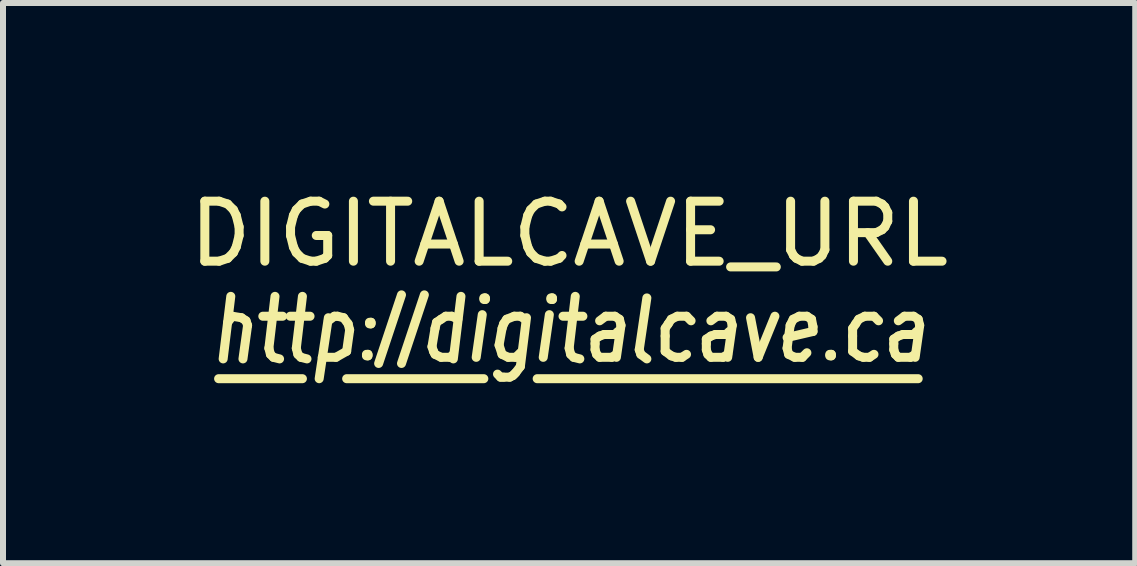
<source format=kicad_pcb>
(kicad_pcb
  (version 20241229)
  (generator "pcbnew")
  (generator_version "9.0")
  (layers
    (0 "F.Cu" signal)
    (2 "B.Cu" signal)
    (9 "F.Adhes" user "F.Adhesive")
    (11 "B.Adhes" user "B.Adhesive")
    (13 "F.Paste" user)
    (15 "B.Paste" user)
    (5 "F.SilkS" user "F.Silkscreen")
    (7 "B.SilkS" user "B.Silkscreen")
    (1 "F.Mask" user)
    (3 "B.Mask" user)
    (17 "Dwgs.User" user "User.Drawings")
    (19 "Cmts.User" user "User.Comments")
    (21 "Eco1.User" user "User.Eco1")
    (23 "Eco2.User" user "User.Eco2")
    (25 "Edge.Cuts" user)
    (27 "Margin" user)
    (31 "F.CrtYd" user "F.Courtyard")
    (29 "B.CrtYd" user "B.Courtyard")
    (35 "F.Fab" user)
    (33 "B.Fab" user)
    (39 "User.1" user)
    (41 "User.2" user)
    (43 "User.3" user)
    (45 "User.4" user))
  (footprint "DIGITALCAVE_URL"
    (layer "F.Cu")
    (at 6.435 2.499)
    (property "Reference" "DIGITALCAVE_URL" (at 0 -1.651 0) (layer "F.SilkS") (effects (font (size 1 1) (thickness 0.15))))
    (attr through_hole)
    (fp_line (start -5.842 0.762) (end -4.445 0.762) (stroke (width 0.15) (type solid)) (layer "F.SilkS"))
    (fp_line (start -5.69 -0.178) (end -5.613 -0.279) (stroke (width 0.15) (type solid)) (layer "F.SilkS"))
    (fp_line (start -5.639 -0.61) (end -5.766 0.432) (stroke (width 0.15) (type solid)) (layer "F.SilkS"))
    (fp_line (start -5.613 -0.279) (end -5.461 -0.254) (stroke (width 0.15) (type solid)) (layer "F.SilkS"))
    (fp_line (start -5.461 -0.254) (end -5.385 -0.203) (stroke (width 0.15) (type solid)) (layer "F.SilkS"))
    (fp_line (start -5.385 -0.203) (end -5.359 -0.127) (stroke (width 0.15) (type solid)) (layer "F.SilkS"))
    (fp_line (start -5.359 -0.127) (end -5.436 0.432) (stroke (width 0.15) (type solid)) (layer "F.SilkS"))
    (fp_line (start -5.105 -0.279) (end -4.775 -0.279) (stroke (width 0.15) (type solid)) (layer "F.SilkS"))
    (fp_line (start -5.004 0.254) (end -4.978 0.356) (stroke (width 0.15) (type solid)) (layer "F.SilkS"))
    (fp_line (start -4.978 0.356) (end -4.928 0.406) (stroke (width 0.15) (type solid)) (layer "F.SilkS"))
    (fp_line (start -4.928 0.406) (end -4.826 0.432) (stroke (width 0.15) (type solid)) (layer "F.SilkS"))
    (fp_line (start -4.902 -0.61) (end -5.004 0.254) (stroke (width 0.15) (type solid)) (layer "F.SilkS"))
    (fp_line (start -4.648 -0.279) (end -4.318 -0.279) (stroke (width 0.15) (type solid)) (layer "F.SilkS"))
    (fp_line (start -4.547 0.254) (end -4.521 0.356) (stroke (width 0.15) (type solid)) (layer "F.SilkS"))
    (fp_line (start -4.521 0.356) (end -4.47 0.406) (stroke (width 0.15) (type solid)) (layer "F.SilkS"))
    (fp_line (start -4.47 0.406) (end -4.369 0.432) (stroke (width 0.15) (type solid)) (layer "F.SilkS"))
    (fp_line (start -4.445 -0.61) (end -4.547 0.254) (stroke (width 0.15) (type solid)) (layer "F.SilkS"))
    (fp_line (start -4.115 0.406) (end -3.886 0.406) (stroke (width 0.15) (type solid)) (layer "F.SilkS"))
    (fp_line (start -4.013 -0.254) (end -4.166 0.762) (stroke (width 0.15) (type solid)) (layer "F.SilkS"))
    (fp_line (start -3.912 -0.279) (end -4.013 -0.203) (stroke (width 0.15) (type solid)) (layer "F.SilkS"))
    (fp_line (start -3.886 0.406) (end -3.708 0.305) (stroke (width 0.15) (type solid)) (layer "F.SilkS"))
    (fp_line (start -3.861 -0.279) (end -3.912 -0.279) (stroke (width 0.15) (type solid)) (layer "F.SilkS"))
    (fp_line (start -3.759 -0.254) (end -3.861 -0.279) (stroke (width 0.15) (type solid)) (layer "F.SilkS"))
    (fp_line (start -3.708 0.305) (end -3.658 -0.051) (stroke (width 0.15) (type solid)) (layer "F.SilkS"))
    (fp_line (start -3.683 -0.152) (end -3.759 -0.254) (stroke (width 0.15) (type solid)) (layer "F.SilkS"))
    (fp_line (start -3.658 -0.051) (end -3.683 -0.152) (stroke (width 0.15) (type solid)) (layer "F.SilkS"))
    (fp_line (start -3.378 0.356) (end -3.353 0.381) (stroke (width 0.15) (type solid)) (layer "F.SilkS"))
    (fp_line (start -3.353 0.356) (end -3.378 0.381) (stroke (width 0.15) (type solid)) (layer "F.SilkS"))
    (fp_line (start -3.353 0.381) (end -3.353 0.356) (stroke (width 0.15) (type solid)) (layer "F.SilkS"))
    (fp_line (start -3.327 -0.178) (end -3.302 -0.152) (stroke (width 0.15) (type solid)) (layer "F.SilkS"))
    (fp_line (start -3.302 -0.178) (end -3.327 -0.152) (stroke (width 0.15) (type solid)) (layer "F.SilkS"))
    (fp_line (start -3.302 -0.152) (end -3.302 -0.178) (stroke (width 0.15) (type solid)) (layer "F.SilkS"))
    (fp_line (start -2.794 -0.635) (end -3.175 0.508) (stroke (width 0.15) (type solid)) (layer "F.SilkS"))
    (fp_line (start -2.413 -0.635) (end -2.794 0.508) (stroke (width 0.15) (type solid)) (layer "F.SilkS"))
    (fp_line (start -2.286 0.229) (end -2.235 -0.076) (stroke (width 0.15) (type solid)) (layer "F.SilkS"))
    (fp_line (start -2.261 0.305) (end -2.286 0.229) (stroke (width 0.15) (type solid)) (layer "F.SilkS"))
    (fp_line (start -2.235 -0.076) (end -2.21 -0.178) (stroke (width 0.15) (type solid)) (layer "F.SilkS"))
    (fp_line (start -2.235 0.356) (end -2.261 0.305) (stroke (width 0.15) (type solid)) (layer "F.SilkS"))
    (fp_line (start -2.21 -0.178) (end -2.134 -0.229) (stroke (width 0.15) (type solid)) (layer "F.SilkS"))
    (fp_line (start -2.134 -0.229) (end -2.057 -0.279) (stroke (width 0.15) (type solid)) (layer "F.SilkS"))
    (fp_line (start -2.134 0.406) (end -2.235 0.356) (stroke (width 0.15) (type solid)) (layer "F.SilkS"))
    (fp_line (start -2.057 -0.279) (end -1.956 -0.279) (stroke (width 0.15) (type solid)) (layer "F.SilkS"))
    (fp_line (start -1.981 0.406) (end -2.134 0.406) (stroke (width 0.15) (type solid)) (layer "F.SilkS"))
    (fp_line (start -1.956 -0.279) (end -1.854 -0.229) (stroke (width 0.15) (type solid)) (layer "F.SilkS"))
    (fp_line (start -1.93 0.356) (end -1.981 0.406) (stroke (width 0.15) (type solid)) (layer "F.SilkS"))
    (fp_line (start -1.803 -0.61) (end -1.93 0.432) (stroke (width 0.15) (type solid)) (layer "F.SilkS"))
    (fp_line (start -1.448 -0.305) (end -1.549 0.406) (stroke (width 0.15) (type solid)) (layer "F.SilkS"))
    (fp_line (start -1.422 -0.584) (end -1.397 -0.559) (stroke (width 0.15) (type solid)) (layer "F.SilkS"))
    (fp_line (start -1.422 0.762) (end -3.708 0.762) (stroke (width 0.15) (type solid)) (layer "F.SilkS"))
    (fp_line (start -1.397 -0.584) (end -1.422 -0.559) (stroke (width 0.15) (type solid)) (layer "F.SilkS"))
    (fp_line (start -1.397 -0.559) (end -1.397 -0.584) (stroke (width 0.15) (type solid)) (layer "F.SilkS"))
    (fp_line (start -1.168 0.203) (end -1.118 0.356) (stroke (width 0.15) (type solid)) (layer "F.SilkS"))
    (fp_line (start -1.143 0.737) (end -1.194 0.686) (stroke (width 0.15) (type solid)) (layer "F.SilkS"))
    (fp_line (start -1.118 -0.076) (end -1.168 0.203) (stroke (width 0.15) (type solid)) (layer "F.SilkS"))
    (fp_line (start -1.118 0.356) (end -1.016 0.406) (stroke (width 0.15) (type solid)) (layer "F.SilkS"))
    (fp_line (start -1.092 -0.152) (end -1.118 -0.076) (stroke (width 0.15) (type solid)) (layer "F.SilkS"))
    (fp_line (start -1.092 0.737) (end -1.143 0.737) (stroke (width 0.15) (type solid)) (layer "F.SilkS"))
    (fp_line (start -1.041 -0.229) (end -1.092 -0.152) (stroke (width 0.15) (type solid)) (layer "F.SilkS"))
    (fp_line (start -1.016 0.406) (end -0.889 0.406) (stroke (width 0.15) (type solid)) (layer "F.SilkS"))
    (fp_line (start -0.991 0.737) (end -1.092 0.737) (stroke (width 0.15) (type solid)) (layer "F.SilkS"))
    (fp_line (start -0.94 0.711) (end -0.991 0.737) (stroke (width 0.15) (type solid)) (layer "F.SilkS"))
    (fp_line (start -0.914 -0.279) (end -1.041 -0.229) (stroke (width 0.15) (type solid)) (layer "F.SilkS"))
    (fp_line (start -0.914 0.686) (end -0.94 0.711) (stroke (width 0.15) (type solid)) (layer "F.SilkS"))
    (fp_line (start -0.889 0.406) (end -0.813 0.33) (stroke (width 0.15) (type solid)) (layer "F.SilkS"))
    (fp_line (start -0.889 0.66) (end -0.914 0.686) (stroke (width 0.15) (type solid)) (layer "F.SilkS"))
    (fp_line (start -0.813 -0.279) (end -0.914 -0.279) (stroke (width 0.15) (type solid)) (layer "F.SilkS"))
    (fp_line (start -0.813 0.559) (end -0.889 0.66) (stroke (width 0.15) (type solid)) (layer "F.SilkS"))
    (fp_line (start -0.737 -0.229) (end -0.813 -0.279) (stroke (width 0.15) (type solid)) (layer "F.SilkS"))
    (fp_line (start -0.711 -0.254) (end -0.813 0.559) (stroke (width 0.15) (type solid)) (layer "F.SilkS"))
    (fp_line (start -0.533 0.762) (end 5.817 0.762) (stroke (width 0.15) (type solid)) (layer "F.SilkS"))
    (fp_line (start -0.33 -0.305) (end -0.432 0.406) (stroke (width 0.15) (type solid)) (layer "F.SilkS"))
    (fp_line (start -0.305 -0.584) (end -0.279 -0.559) (stroke (width 0.15) (type solid)) (layer "F.SilkS"))
    (fp_line (start -0.279 -0.584) (end -0.305 -0.559) (stroke (width 0.15) (type solid)) (layer "F.SilkS"))
    (fp_line (start -0.279 -0.559) (end -0.279 -0.584) (stroke (width 0.15) (type solid)) (layer "F.SilkS"))
    (fp_line (start -0.102 -0.279) (end 0.229 -0.279) (stroke (width 0.15) (type solid)) (layer "F.SilkS"))
    (fp_line (start 0 0.254) (end 0.025 0.356) (stroke (width 0.15) (type solid)) (layer "F.SilkS"))
    (fp_line (start 0.025 0.356) (end 0.076 0.406) (stroke (width 0.15) (type solid)) (layer "F.SilkS"))
    (fp_line (start 0.076 0.406) (end 0.178 0.432) (stroke (width 0.15) (type solid)) (layer "F.SilkS"))
    (fp_line (start 0.102 -0.61) (end 0 0.254) (stroke (width 0.15) (type solid)) (layer "F.SilkS"))
    (fp_line (start 0.432 0.102) (end 0.508 0.051) (stroke (width 0.15) (type solid)) (layer "F.SilkS"))
    (fp_line (start 0.432 0.178) (end 0.432 0.102) (stroke (width 0.15) (type solid)) (layer "F.SilkS"))
    (fp_line (start 0.432 0.279) (end 0.432 0.178) (stroke (width 0.15) (type solid)) (layer "F.SilkS"))
    (fp_line (start 0.457 0.356) (end 0.432 0.279) (stroke (width 0.15) (type solid)) (layer "F.SilkS"))
    (fp_line (start 0.508 -0.203) (end 0.61 -0.279) (stroke (width 0.15) (type solid)) (layer "F.SilkS"))
    (fp_line (start 0.508 0.051) (end 0.584 0.025) (stroke (width 0.15) (type solid)) (layer "F.SilkS"))
    (fp_line (start 0.508 0.406) (end 0.457 0.356) (stroke (width 0.15) (type solid)) (layer "F.SilkS"))
    (fp_line (start 0.584 0.025) (end 0.762 0.025) (stroke (width 0.15) (type solid)) (layer "F.SilkS"))
    (fp_line (start 0.61 -0.279) (end 0.762 -0.279) (stroke (width 0.15) (type solid)) (layer "F.SilkS"))
    (fp_line (start 0.711 0.406) (end 0.508 0.406) (stroke (width 0.15) (type solid)) (layer "F.SilkS"))
    (fp_line (start 0.762 -0.279) (end 0.838 -0.229) (stroke (width 0.15) (type solid)) (layer "F.SilkS"))
    (fp_line (start 0.762 0.025) (end 0.813 -0.025) (stroke (width 0.15) (type solid)) (layer "F.SilkS"))
    (fp_line (start 0.787 0.356) (end 0.711 0.406) (stroke (width 0.15) (type solid)) (layer "F.SilkS"))
    (fp_line (start 0.838 -0.229) (end 0.864 -0.127) (stroke (width 0.15) (type solid)) (layer "F.SilkS"))
    (fp_line (start 0.864 -0.127) (end 0.787 0.406) (stroke (width 0.15) (type solid)) (layer "F.SilkS"))
    (fp_line (start 1.168 0.279) (end 1.194 0.356) (stroke (width 0.15) (type solid)) (layer "F.SilkS"))
    (fp_line (start 1.194 0.356) (end 1.295 0.432) (stroke (width 0.15) (type solid)) (layer "F.SilkS"))
    (fp_line (start 1.295 -0.584) (end 1.168 0.279) (stroke (width 0.15) (type solid)) (layer "F.SilkS"))
    (fp_line (start 1.6 -0.076) (end 1.6 0.051) (stroke (width 0.15) (type solid)) (layer "F.SilkS"))
    (fp_line (start 1.6 0.051) (end 1.6 0.305) (stroke (width 0.15) (type solid)) (layer "F.SilkS"))
    (fp_line (start 1.6 0.305) (end 1.702 0.381) (stroke (width 0.15) (type solid)) (layer "F.SilkS"))
    (fp_line (start 1.651 -0.152) (end 1.6 -0.076) (stroke (width 0.15) (type solid)) (layer "F.SilkS"))
    (fp_line (start 1.702 -0.229) (end 1.651 -0.152) (stroke (width 0.15) (type solid)) (layer "F.SilkS"))
    (fp_line (start 1.702 0.381) (end 1.778 0.406) (stroke (width 0.15) (type solid)) (layer "F.SilkS"))
    (fp_line (start 1.778 0.406) (end 1.88 0.406) (stroke (width 0.15) (type solid)) (layer "F.SilkS"))
    (fp_line (start 1.803 -0.279) (end 1.702 -0.229) (stroke (width 0.15) (type solid)) (layer "F.SilkS"))
    (fp_line (start 1.88 0.406) (end 1.956 0.356) (stroke (width 0.15) (type solid)) (layer "F.SilkS"))
    (fp_line (start 1.956 -0.279) (end 1.803 -0.279) (stroke (width 0.15) (type solid)) (layer "F.SilkS"))
    (fp_line (start 2.032 -0.203) (end 1.956 -0.279) (stroke (width 0.15) (type solid)) (layer "F.SilkS"))
    (fp_line (start 2.286 0.102) (end 2.362 0.051) (stroke (width 0.15) (type solid)) (layer "F.SilkS"))
    (fp_line (start 2.286 0.178) (end 2.286 0.102) (stroke (width 0.15) (type solid)) (layer "F.SilkS"))
    (fp_line (start 2.286 0.279) (end 2.286 0.178) (stroke (width 0.15) (type solid)) (layer "F.SilkS"))
    (fp_line (start 2.311 0.356) (end 2.286 0.279) (stroke (width 0.15) (type solid)) (layer "F.SilkS"))
    (fp_line (start 2.362 -0.203) (end 2.464 -0.279) (stroke (width 0.15) (type solid)) (layer "F.SilkS"))
    (fp_line (start 2.362 0.051) (end 2.438 0.025) (stroke (width 0.15) (type solid)) (layer "F.SilkS"))
    (fp_line (start 2.362 0.406) (end 2.311 0.356) (stroke (width 0.15) (type solid)) (layer "F.SilkS"))
    (fp_line (start 2.438 0.025) (end 2.616 0.025) (stroke (width 0.15) (type solid)) (layer "F.SilkS"))
    (fp_line (start 2.464 -0.279) (end 2.616 -0.279) (stroke (width 0.15) (type solid)) (layer "F.SilkS"))
    (fp_line (start 2.565 0.406) (end 2.362 0.406) (stroke (width 0.15) (type solid)) (layer "F.SilkS"))
    (fp_line (start 2.616 -0.279) (end 2.692 -0.229) (stroke (width 0.15) (type solid)) (layer "F.SilkS"))
    (fp_line (start 2.616 0.025) (end 2.667 -0.025) (stroke (width 0.15) (type solid)) (layer "F.SilkS"))
    (fp_line (start 2.642 0.356) (end 2.565 0.406) (stroke (width 0.15) (type solid)) (layer "F.SilkS"))
    (fp_line (start 2.692 -0.229) (end 2.718 -0.127) (stroke (width 0.15) (type solid)) (layer "F.SilkS"))
    (fp_line (start 2.718 -0.127) (end 2.642 0.406) (stroke (width 0.15) (type solid)) (layer "F.SilkS"))
    (fp_line (start 3.023 -0.254) (end 3.15 0.406) (stroke (width 0.15) (type solid)) (layer "F.SilkS"))
    (fp_line (start 3.15 0.406) (end 3.429 -0.279) (stroke (width 0.15) (type solid)) (layer "F.SilkS"))
    (fp_line (start 3.632 0.076) (end 4.064 -0.025) (stroke (width 0.15) (type solid)) (layer "F.SilkS"))
    (fp_line (start 3.632 0.254) (end 3.658 0.356) (stroke (width 0.15) (type solid)) (layer "F.SilkS"))
    (fp_line (start 3.658 0.356) (end 3.759 0.406) (stroke (width 0.15) (type solid)) (layer "F.SilkS"))
    (fp_line (start 3.683 -0.127) (end 3.632 0.254) (stroke (width 0.15) (type solid)) (layer "F.SilkS"))
    (fp_line (start 3.734 -0.229) (end 3.683 -0.127) (stroke (width 0.15) (type solid)) (layer "F.SilkS"))
    (fp_line (start 3.759 0.406) (end 3.886 0.406) (stroke (width 0.15) (type solid)) (layer "F.SilkS"))
    (fp_line (start 3.835 -0.279) (end 3.734 -0.229) (stroke (width 0.15) (type solid)) (layer "F.SilkS"))
    (fp_line (start 3.886 0.406) (end 3.962 0.33) (stroke (width 0.15) (type solid)) (layer "F.SilkS"))
    (fp_line (start 3.962 -0.279) (end 3.835 -0.279) (stroke (width 0.15) (type solid)) (layer "F.SilkS"))
    (fp_line (start 4.039 -0.229) (end 3.962 -0.279) (stroke (width 0.15) (type solid)) (layer "F.SilkS"))
    (fp_line (start 4.064 -0.102) (end 4.039 -0.229) (stroke (width 0.15) (type solid)) (layer "F.SilkS"))
    (fp_line (start 4.064 -0.025) (end 4.064 -0.102) (stroke (width 0.15) (type solid)) (layer "F.SilkS"))
    (fp_line (start 4.343 0.356) (end 4.369 0.381) (stroke (width 0.15) (type solid)) (layer "F.SilkS"))
    (fp_line (start 4.369 0.356) (end 4.343 0.381) (stroke (width 0.15) (type solid)) (layer "F.SilkS"))
    (fp_line (start 4.369 0.381) (end 4.369 0.356) (stroke (width 0.15) (type solid)) (layer "F.SilkS"))
    (fp_line (start 4.724 -0.076) (end 4.724 0.051) (stroke (width 0.15) (type solid)) (layer "F.SilkS"))
    (fp_line (start 4.724 0.051) (end 4.724 0.305) (stroke (width 0.15) (type solid)) (layer "F.SilkS"))
    (fp_line (start 4.724 0.305) (end 4.826 0.381) (stroke (width 0.15) (type solid)) (layer "F.SilkS"))
    (fp_line (start 4.775 -0.152) (end 4.724 -0.076) (stroke (width 0.15) (type solid)) (layer "F.SilkS"))
    (fp_line (start 4.826 -0.229) (end 4.775 -0.152) (stroke (width 0.15) (type solid)) (layer "F.SilkS"))
    (fp_line (start 4.826 0.381) (end 4.902 0.406) (stroke (width 0.15) (type solid)) (layer "F.SilkS"))
    (fp_line (start 4.902 0.406) (end 5.004 0.406) (stroke (width 0.15) (type solid)) (layer "F.SilkS"))
    (fp_line (start 4.928 -0.279) (end 4.826 -0.229) (stroke (width 0.15) (type solid)) (layer "F.SilkS"))
    (fp_line (start 5.004 0.406) (end 5.08 0.356) (stroke (width 0.15) (type solid)) (layer "F.SilkS"))
    (fp_line (start 5.08 -0.279) (end 4.928 -0.279) (stroke (width 0.15) (type solid)) (layer "F.SilkS"))
    (fp_line (start 5.156 -0.203) (end 5.08 -0.279) (stroke (width 0.15) (type solid)) (layer "F.SilkS"))
    (fp_line (start 5.41 0.102) (end 5.486 0.051) (stroke (width 0.15) (type solid)) (layer "F.SilkS"))
    (fp_line (start 5.41 0.178) (end 5.41 0.102) (stroke (width 0.15) (type solid)) (layer "F.SilkS"))
    (fp_line (start 5.41 0.279) (end 5.41 0.178) (stroke (width 0.15) (type solid)) (layer "F.SilkS"))
    (fp_line (start 5.436 0.356) (end 5.41 0.279) (stroke (width 0.15) (type solid)) (layer "F.SilkS"))
    (fp_line (start 5.486 -0.203) (end 5.588 -0.279) (stroke (width 0.15) (type solid)) (layer "F.SilkS"))
    (fp_line (start 5.486 0.051) (end 5.563 0.025) (stroke (width 0.15) (type solid)) (layer "F.SilkS"))
    (fp_line (start 5.486 0.406) (end 5.436 0.356) (stroke (width 0.15) (type solid)) (layer "F.SilkS"))
    (fp_line (start 5.563 0.025) (end 5.74 0.025) (stroke (width 0.15) (type solid)) (layer "F.SilkS"))
    (fp_line (start 5.588 -0.279) (end 5.74 -0.279) (stroke (width 0.15) (type solid)) (layer "F.SilkS"))
    (fp_line (start 5.69 0.406) (end 5.486 0.406) (stroke (width 0.15) (type solid)) (layer "F.SilkS"))
    (fp_line (start 5.74 -0.279) (end 5.817 -0.229) (stroke (width 0.15) (type solid)) (layer "F.SilkS"))
    (fp_line (start 5.74 0.025) (end 5.791 -0.025) (stroke (width 0.15) (type solid)) (layer "F.SilkS"))
    (fp_line (start 5.766 0.356) (end 5.69 0.406) (stroke (width 0.15) (type solid)) (layer "F.SilkS"))
    (fp_line (start 5.817 -0.229) (end 5.842 -0.127) (stroke (width 0.15) (type solid)) (layer "F.SilkS"))
    (fp_line (start 5.842 -0.127) (end 5.766 0.406) (stroke (width 0.15) (type solid)) (layer "F.SilkS")))
  (gr_rect
    (start -3 -3)
    (end 15.869 6.336)
    (stroke (width 0.1) (type default))
    (fill no)
    (layer "Edge.Cuts")))
</source>
